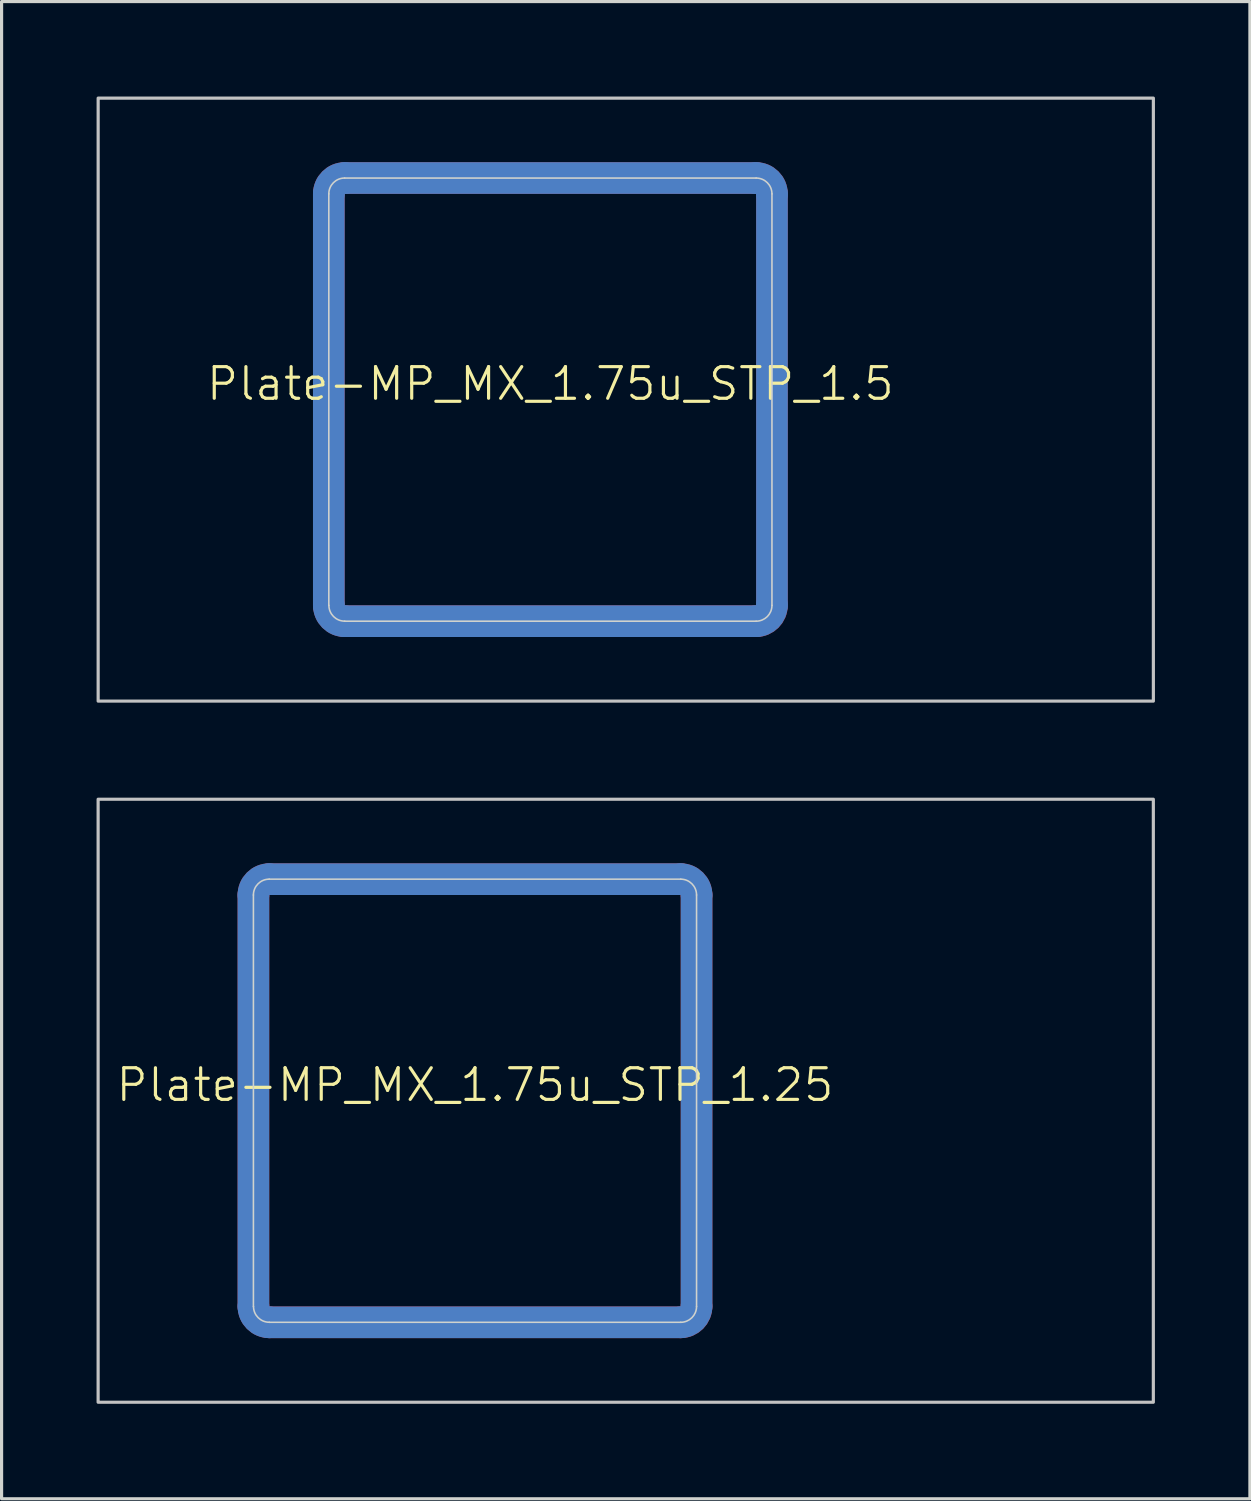
<source format=kicad_pcb>
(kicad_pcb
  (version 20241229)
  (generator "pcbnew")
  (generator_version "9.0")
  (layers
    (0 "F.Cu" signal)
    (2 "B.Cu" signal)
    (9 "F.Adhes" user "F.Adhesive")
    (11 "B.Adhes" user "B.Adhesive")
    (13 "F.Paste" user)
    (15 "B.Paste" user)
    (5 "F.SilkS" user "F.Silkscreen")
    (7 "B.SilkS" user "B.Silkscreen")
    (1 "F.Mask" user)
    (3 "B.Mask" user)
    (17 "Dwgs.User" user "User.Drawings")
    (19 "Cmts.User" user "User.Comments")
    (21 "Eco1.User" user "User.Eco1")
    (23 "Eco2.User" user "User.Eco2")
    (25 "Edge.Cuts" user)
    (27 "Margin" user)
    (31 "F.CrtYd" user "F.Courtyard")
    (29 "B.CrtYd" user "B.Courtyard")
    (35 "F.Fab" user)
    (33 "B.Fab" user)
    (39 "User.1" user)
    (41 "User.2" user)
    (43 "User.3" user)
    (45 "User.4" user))
  (footprint "Plate-MP_MX_1.75u_STP_1.25"
    (layer "F.Cu")
    (at 11.956 31.725)
    (property "Reference" "Plate-MP_MX_1.75u_STP_1.25" (at 0 -0.5 0) (unlocked yes) (layer "F.SilkS") (effects (font (size 1 1) (thickness 0.1))))
    (attr exclude_from_pos_files exclude_from_bom allow_missing_courtyard)
    (fp_line (start -7 -6.5) (end -7 6.5) (stroke (width 1) (type solid)) (layer "F.Cu"))
    (fp_line (start -6.5 7) (end 6.5 7) (stroke (width 1) (type solid)) (layer "F.Cu"))
    (fp_line (start 6.5 -7) (end -6.5 -7) (stroke (width 1) (type solid)) (layer "F.Cu"))
    (fp_line (start 7 6.5) (end 7 -6.5) (stroke (width 1) (type solid)) (layer "F.Cu"))
    (fp_arc (start -7 -6.5) (mid -6.853554 -6.853554) (end -6.5 -7) (stroke (width 1) (type solid)) (layer "F.Cu"))
    (fp_arc (start -6.497236 6.998884) (mid -6.85079 6.852438) (end -6.997236 6.498884) (stroke (width 1) (type solid)) (layer "F.Cu"))
    (fp_arc (start 6.5 -7) (mid 6.853554 -6.853554) (end 7 -6.5) (stroke (width 1) (type solid)) (layer "F.Cu"))
    (fp_arc (start 7 6.5) (mid 6.853554 6.853554) (end 6.5 7) (stroke (width 1) (type solid)) (layer "F.Cu"))
    (fp_line (start -7 -6.5) (end -7 6.5) (stroke (width 1.1) (type solid)) (layer "F.Mask"))
    (fp_line (start -6.5 7) (end 6.5 7) (stroke (width 1.1) (type solid)) (layer "F.Mask"))
    (fp_line (start 6.5 -7) (end -6.5 -7) (stroke (width 1.1) (type solid)) (layer "F.Mask"))
    (fp_line (start 7 6.5) (end 7 -6.5) (stroke (width 1.1) (type solid)) (layer "F.Mask"))
    (fp_arc (start -7 -6.5) (mid -6.853554 -6.853554) (end -6.5 -7) (stroke (width 1.1) (type solid)) (layer "F.Mask"))
    (fp_arc (start -6.497236 6.998884) (mid -6.85079 6.852438) (end -6.997236 6.498884) (stroke (width 1.1) (type solid)) (layer "F.Mask"))
    (fp_arc (start 6.5 -7) (mid 6.853554 -6.853554) (end 7 -6.5) (stroke (width 1.1) (type solid)) (layer "F.Mask"))
    (fp_arc (start 7 6.5) (mid 6.853554 6.853554) (end 6.5 7) (stroke (width 1.1) (type solid)) (layer "F.Mask"))
    (fp_line (start -7 6.5) (end -7 -6.5) (stroke (width 1) (type solid)) (layer "B.Cu"))
    (fp_line (start -6.5 -7) (end 6.5 -7) (stroke (width 1) (type solid)) (layer "B.Cu"))
    (fp_line (start 6.5 7) (end -6.5 7) (stroke (width 1) (type solid)) (layer "B.Cu"))
    (fp_line (start 7 -6.5) (end 7 6.5) (stroke (width 1) (type solid)) (layer "B.Cu"))
    (fp_arc (start -7 -6.5) (mid -6.853553 -6.853553) (end -6.5 -7) (stroke (width 1) (type solid)) (layer "B.Cu"))
    (fp_arc (start -6.5 7) (mid -6.853553 6.853553) (end -7 6.5) (stroke (width 1) (type solid)) (layer "B.Cu"))
    (fp_arc (start 6.5 -7) (mid 6.853554 -6.853554) (end 7 -6.5) (stroke (width 1) (type solid)) (layer "B.Cu"))
    (fp_arc (start 6.997236 6.498884) (mid 6.85079 6.852438) (end 6.497236 6.998884) (stroke (width 1) (type solid)) (layer "B.Cu"))
    (fp_line (start -7 6.5) (end -7 -6.5) (stroke (width 1.1) (type solid)) (layer "B.Mask"))
    (fp_line (start -6.5 -7) (end 6.5 -7) (stroke (width 1.1) (type solid)) (layer "B.Mask"))
    (fp_line (start 6.5 7) (end -6.5 7) (stroke (width 1.1) (type solid)) (layer "B.Mask"))
    (fp_line (start 7 -6.5) (end 7 6.5) (stroke (width 1.1) (type solid)) (layer "B.Mask"))
    (fp_arc (start -7 -6.5) (mid -6.853553 -6.853553) (end -6.5 -7) (stroke (width 1.1) (type solid)) (layer "B.Mask"))
    (fp_arc (start -6.5 7) (mid -6.853553 6.853553) (end -7 6.5) (stroke (width 1.1) (type solid)) (layer "B.Mask"))
    (fp_arc (start 6.5 -7) (mid 6.853554 -6.853554) (end 7 -6.5) (stroke (width 1.1) (type solid)) (layer "B.Mask"))
    (fp_arc (start 6.997236 6.498884) (mid 6.85079 6.852438) (end 6.497236 6.998884) (stroke (width 1.1) (type solid)) (layer "B.Mask"))
    (fp_rect (start -11.906 -9.525) (end 21.431 9.525) (stroke (width 0.1) (type solid)) (fill no) (layer "Dwgs.User"))
    (fp_line (start -7 -6.5) (end -7 6.5) (stroke (width 0.05) (type solid)) (layer "Edge.Cuts"))
    (fp_line (start -6.5 7) (end 6.5 7) (stroke (width 0.05) (type solid)) (layer "Edge.Cuts"))
    (fp_line (start 6.5 -7) (end -6.5 -7) (stroke (width 0.05) (type solid)) (layer "Edge.Cuts"))
    (fp_line (start 7 6.5) (end 7 -6.5) (stroke (width 0.05) (type solid)) (layer "Edge.Cuts"))
    (fp_arc (start -7 -6.5) (mid -6.853553 -6.853553) (end -6.5 -7) (stroke (width 0.05) (type solid)) (layer "Edge.Cuts"))
    (fp_arc (start -6.497236 6.998884) (mid -6.850789 6.852437) (end -6.997236 6.498884) (stroke (width 0.05) (type solid)) (layer "Edge.Cuts"))
    (fp_arc (start 6.5 -7) (mid 6.853554 -6.853554) (end 7 -6.5) (stroke (width 0.05) (type solid)) (layer "Edge.Cuts"))
    (fp_arc (start 7 6.5) (mid 6.853554 6.853554) (end 6.5 7) (stroke (width 0.05) (type solid)) (layer "Edge.Cuts")))
  (footprint "Plate-MP_MX_1.75u_STP_1.5"
    (layer "F.Cu")
    (at 14.338 9.575)
    (property "Reference" "Plate-MP_MX_1.75u_STP_1.5" (at 0 -0.5 0) (unlocked yes) (layer "F.SilkS") (effects (font (size 1 1) (thickness 0.1))))
    (attr exclude_from_pos_files exclude_from_bom allow_missing_courtyard)
    (fp_line (start -7 -6.5) (end -7 6.5) (stroke (width 1) (type solid)) (layer "F.Cu"))
    (fp_line (start -6.5 7) (end 6.5 7) (stroke (width 1) (type solid)) (layer "F.Cu"))
    (fp_line (start 6.5 -7) (end -6.5 -7) (stroke (width 1) (type solid)) (layer "F.Cu"))
    (fp_line (start 7 6.5) (end 7 -6.5) (stroke (width 1) (type solid)) (layer "F.Cu"))
    (fp_arc (start -7 -6.5) (mid -6.853554 -6.853554) (end -6.5 -7) (stroke (width 1) (type solid)) (layer "F.Cu"))
    (fp_arc (start -6.497236 6.998884) (mid -6.85079 6.852438) (end -6.997236 6.498884) (stroke (width 1) (type solid)) (layer "F.Cu"))
    (fp_arc (start 6.5 -7) (mid 6.853554 -6.853554) (end 7 -6.5) (stroke (width 1) (type solid)) (layer "F.Cu"))
    (fp_arc (start 7 6.5) (mid 6.853554 6.853554) (end 6.5 7) (stroke (width 1) (type solid)) (layer "F.Cu"))
    (fp_line (start -7 -6.5) (end -7 6.5) (stroke (width 1.1) (type solid)) (layer "F.Mask"))
    (fp_line (start -6.5 7) (end 6.5 7) (stroke (width 1.1) (type solid)) (layer "F.Mask"))
    (fp_line (start 6.5 -7) (end -6.5 -7) (stroke (width 1.1) (type solid)) (layer "F.Mask"))
    (fp_line (start 7 6.5) (end 7 -6.5) (stroke (width 1.1) (type solid)) (layer "F.Mask"))
    (fp_arc (start -7 -6.5) (mid -6.853554 -6.853554) (end -6.5 -7) (stroke (width 1.1) (type solid)) (layer "F.Mask"))
    (fp_arc (start -6.497236 6.998884) (mid -6.85079 6.852438) (end -6.997236 6.498884) (stroke (width 1.1) (type solid)) (layer "F.Mask"))
    (fp_arc (start 6.5 -7) (mid 6.853554 -6.853554) (end 7 -6.5) (stroke (width 1.1) (type solid)) (layer "F.Mask"))
    (fp_arc (start 7 6.5) (mid 6.853554 6.853554) (end 6.5 7) (stroke (width 1.1) (type solid)) (layer "F.Mask"))
    (fp_line (start -7 6.5) (end -7 -6.5) (stroke (width 1) (type solid)) (layer "B.Cu"))
    (fp_line (start -6.5 -7) (end 6.5 -7) (stroke (width 1) (type solid)) (layer "B.Cu"))
    (fp_line (start 6.5 7) (end -6.5 7) (stroke (width 1) (type solid)) (layer "B.Cu"))
    (fp_line (start 7 -6.5) (end 7 6.5) (stroke (width 1) (type solid)) (layer "B.Cu"))
    (fp_arc (start -7 -6.5) (mid -6.853553 -6.853553) (end -6.5 -7) (stroke (width 1) (type solid)) (layer "B.Cu"))
    (fp_arc (start -6.5 7) (mid -6.853553 6.853553) (end -7 6.5) (stroke (width 1) (type solid)) (layer "B.Cu"))
    (fp_arc (start 6.5 -7) (mid 6.853554 -6.853554) (end 7 -6.5) (stroke (width 1) (type solid)) (layer "B.Cu"))
    (fp_arc (start 6.997236 6.498884) (mid 6.85079 6.852438) (end 6.497236 6.998884) (stroke (width 1) (type solid)) (layer "B.Cu"))
    (fp_line (start -7 6.5) (end -7 -6.5) (stroke (width 1.1) (type solid)) (layer "B.Mask"))
    (fp_line (start -6.5 -7) (end 6.5 -7) (stroke (width 1.1) (type solid)) (layer "B.Mask"))
    (fp_line (start 6.5 7) (end -6.5 7) (stroke (width 1.1) (type solid)) (layer "B.Mask"))
    (fp_line (start 7 -6.5) (end 7 6.5) (stroke (width 1.1) (type solid)) (layer "B.Mask"))
    (fp_arc (start -7 -6.5) (mid -6.853553 -6.853553) (end -6.5 -7) (stroke (width 1.1) (type solid)) (layer "B.Mask"))
    (fp_arc (start -6.5 7) (mid -6.853553 6.853553) (end -7 6.5) (stroke (width 1.1) (type solid)) (layer "B.Mask"))
    (fp_arc (start 6.5 -7) (mid 6.853554 -6.853554) (end 7 -6.5) (stroke (width 1.1) (type solid)) (layer "B.Mask"))
    (fp_arc (start 6.997236 6.498884) (mid 6.85079 6.852438) (end 6.497236 6.998884) (stroke (width 1.1) (type solid)) (layer "B.Mask"))
    (fp_rect (start -14.287 -9.525) (end 19.05 9.525) (stroke (width 0.1) (type solid)) (fill no) (layer "Dwgs.User"))
    (fp_line (start -7 -6.5) (end -7 6.5) (stroke (width 0.05) (type solid)) (layer "Edge.Cuts"))
    (fp_line (start -6.5 7) (end 6.5 7) (stroke (width 0.05) (type solid)) (layer "Edge.Cuts"))
    (fp_line (start 6.5 -7) (end -6.5 -7) (stroke (width 0.05) (type solid)) (layer "Edge.Cuts"))
    (fp_line (start 7 6.5) (end 7 -6.5) (stroke (width 0.05) (type solid)) (layer "Edge.Cuts"))
    (fp_arc (start -7 -6.5) (mid -6.853553 -6.853553) (end -6.5 -7) (stroke (width 0.05) (type solid)) (layer "Edge.Cuts"))
    (fp_arc (start -6.497236 6.998884) (mid -6.850789 6.852437) (end -6.997236 6.498884) (stroke (width 0.05) (type solid)) (layer "Edge.Cuts"))
    (fp_arc (start 6.5 -7) (mid 6.853554 -6.853554) (end 7 -6.5) (stroke (width 0.05) (type solid)) (layer "Edge.Cuts"))
    (fp_arc (start 7 6.5) (mid 6.853554 6.853554) (end 6.5 7) (stroke (width 0.05) (type solid)) (layer "Edge.Cuts")))
  (gr_rect
    (start -3 -3)
    (end 36.438 44.3)
    (stroke (width 0.1) (type default))
    (fill no)
    (layer "Edge.Cuts")))
</source>
